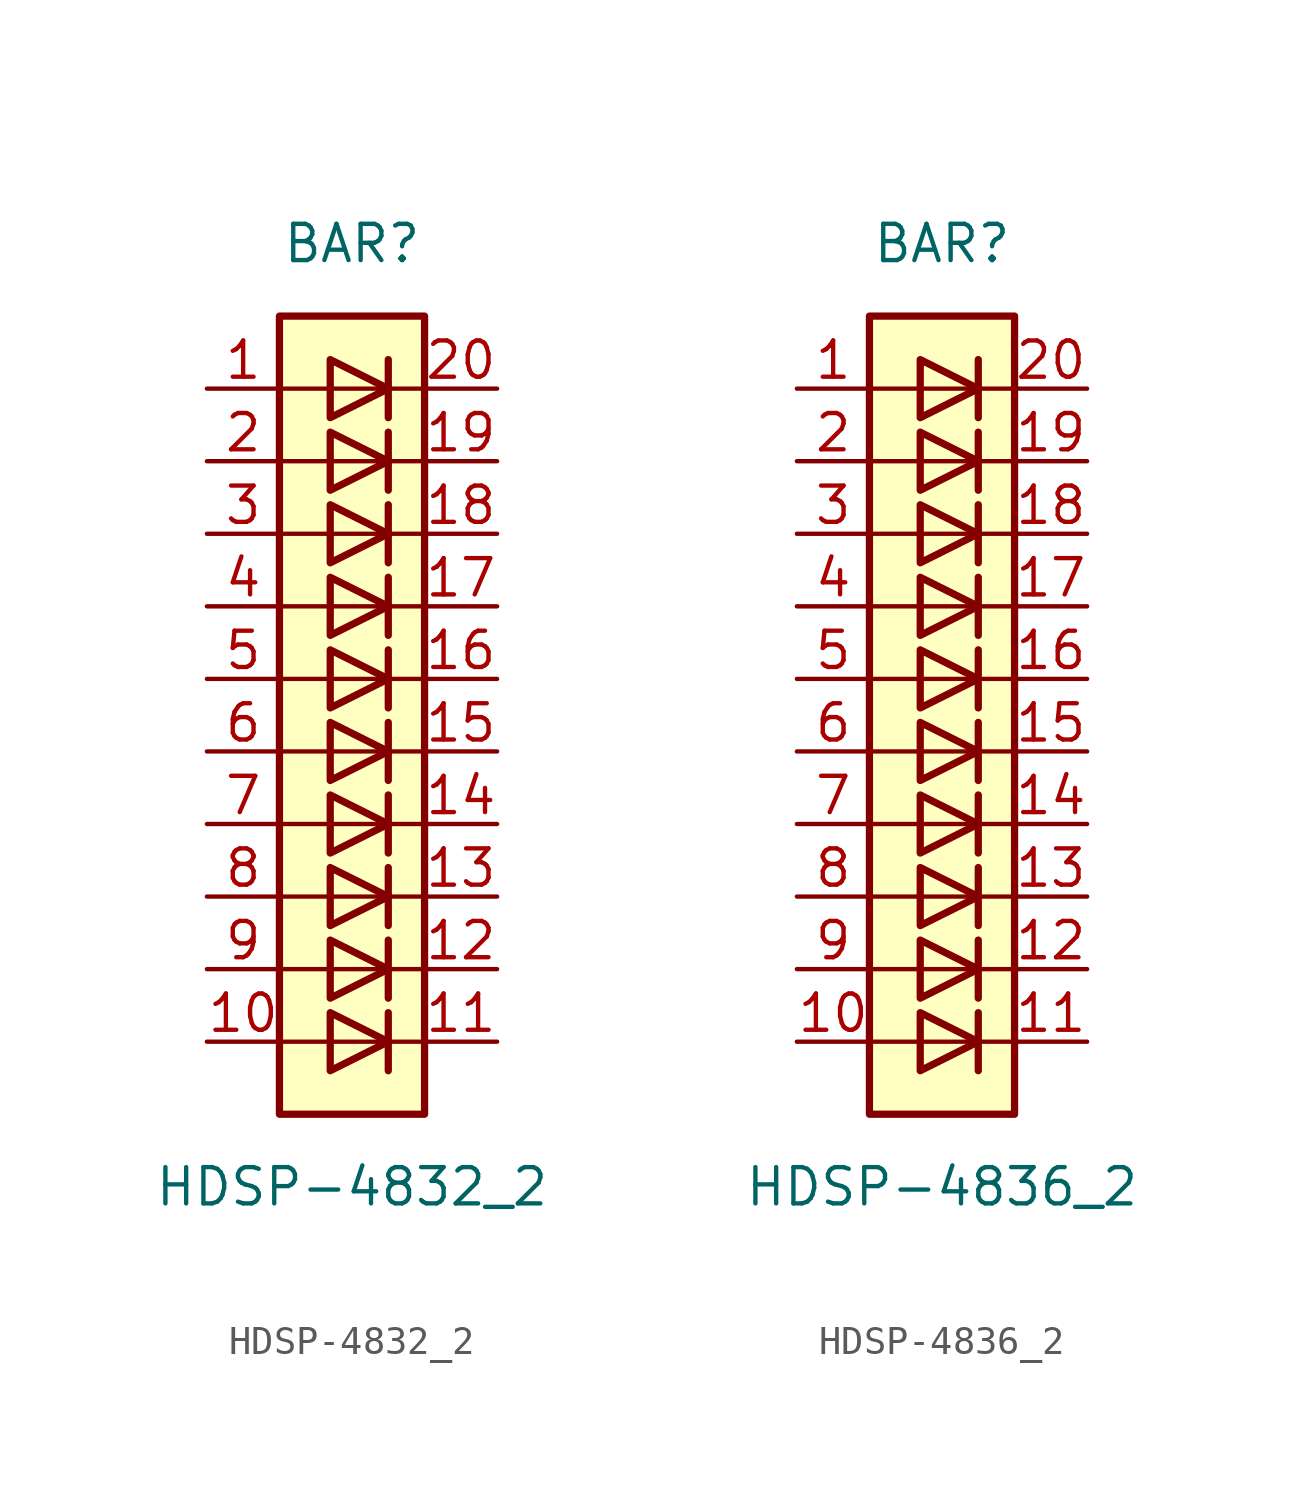
<source format=kicad_sym>
(kicad_symbol_lib
  (version 20201005)
  (generator kicad_symbol_editor)
  (symbol "HDSP-4832_2"
    (pin_names
      (offset 1.016) hide)
    (property "Reference" "BAR"
      (at 0 15.24 0)
      (effects (font (size 1.27 1.27))))
    (property "Value" "HDSP-4832_2"
      (at 0 -17.78 0)
      (effects (font (size 1.27 1.27))))
    (symbol "HDSP-4832_2_0_1"
      (rectangle (start -2.54 12.7) (end 2.54 -15.24) (stroke (width 0.254)) (fill (type background)))
      (polyline (pts (xy -2.54 -12.7) (xy 2.54 -12.7)) (stroke (width 0)) (fill (type none)))
      (polyline (pts (xy -2.54 -10.16) (xy 2.54 -10.16)) (stroke (width 0)) (fill (type none)))
      (polyline (pts (xy -2.54 -7.62) (xy 2.54 -7.62)) (stroke (width 0)) (fill (type none)))
      (polyline (pts (xy -2.54 -5.08) (xy 2.54 -5.08)) (stroke (width 0)) (fill (type none)))
      (polyline (pts (xy -2.54 0) (xy 2.54 0)) (stroke (width 0)) (fill (type none)))
      (polyline (pts (xy -2.54 5.08) (xy 2.54 5.08)) (stroke (width 0)) (fill (type none)))
      (polyline (pts (xy -2.54 7.62) (xy 2.54 7.62)) (stroke (width 0)) (fill (type none)))
      (polyline (pts (xy -2.54 10.16) (xy 2.54 10.16)) (stroke (width 0)) (fill (type none)))
      (polyline (pts (xy 1.27 -11.684) (xy 1.27 -13.716)) (stroke (width 0.254)) (fill (type none)))
      (polyline (pts (xy 1.27 -9.144) (xy 1.27 -11.176)) (stroke (width 0.254)) (fill (type none)))
      (polyline (pts (xy 1.27 -6.604) (xy 1.27 -8.636)) (stroke (width 0.254)) (fill (type none)))
      (polyline (pts (xy 1.27 -4.064) (xy 1.27 -6.096)) (stroke (width 0.254)) (fill (type none)))
      (polyline (pts (xy 1.27 -1.524) (xy 1.27 -3.556)) (stroke (width 0.254)) (fill (type none)))
      (polyline (pts (xy 1.27 1.016) (xy 1.27 -1.016)) (stroke (width 0.254)) (fill (type none)))
      (polyline (pts (xy 1.27 3.556) (xy 1.27 1.524)) (stroke (width 0.254)) (fill (type none)))
      (polyline (pts (xy 1.27 6.096) (xy 1.27 4.064)) (stroke (width 0.254)) (fill (type none)))
      (polyline (pts (xy 1.27 8.636) (xy 1.27 6.604)) (stroke (width 0.254)) (fill (type none)))
      (polyline (pts (xy 1.27 11.176) (xy 1.27 9.144)) (stroke (width 0.254)) (fill (type none)))
      (polyline (pts (xy 2.54 -2.54) (xy -2.54 -2.54)) (stroke (width 0)) (fill (type none)))
      (polyline (pts (xy 2.54 2.54) (xy -2.54 2.54)) (stroke (width 0)) (fill (type none)))
      (polyline (pts (xy -0.762 -11.684) (xy -0.762 -13.716) (xy 1.27 -12.7) (xy -0.762 -11.684)) (stroke (width 0.254)) (fill (type none)))
      (polyline (pts (xy -0.762 -9.144) (xy -0.762 -11.176) (xy 1.27 -10.16) (xy -0.762 -9.144)) (stroke (width 0.254)) (fill (type none)))
      (polyline (pts (xy -0.762 -6.604) (xy -0.762 -8.636) (xy 1.27 -7.62) (xy -0.762 -6.604)) (stroke (width 0.254)) (fill (type none)))
      (polyline (pts (xy -0.762 -4.064) (xy -0.762 -6.096) (xy 1.27 -5.08) (xy -0.762 -4.064)) (stroke (width 0.254)) (fill (type none)))
      (polyline (pts (xy -0.762 -1.524) (xy -0.762 -3.556) (xy 1.27 -2.54) (xy -0.762 -1.524)) (stroke (width 0.254)) (fill (type none)))
      (polyline (pts (xy -0.762 1.016) (xy -0.762 -1.016) (xy 1.27 0) (xy -0.762 1.016)) (stroke (width 0.254)) (fill (type none)))
      (polyline (pts (xy -0.762 3.556) (xy -0.762 1.524) (xy 1.27 2.54) (xy -0.762 3.556)) (stroke (width 0.254)) (fill (type none)))
      (polyline (pts (xy -0.762 6.096) (xy -0.762 4.064) (xy 1.27 5.08) (xy -0.762 6.096)) (stroke (width 0.254)) (fill (type none)))
      (polyline (pts (xy -0.762 8.636) (xy -0.762 6.604) (xy 1.27 7.62) (xy -0.762 8.636)) (stroke (width 0.254)) (fill (type none)))
      (polyline (pts (xy -0.762 11.176) (xy -0.762 9.144) (xy 1.27 10.16) (xy -0.762 11.176)) (stroke (width 0.254)) (fill (type none))))
    (symbol "HDSP-4832_2_1_1"
      (pin passive line (at -5.08 10.16 0) (length 2.54) (name "A" (effects (font (size 1.27 1.27)))) (number "1" (effects (font (size 1.27 1.27)))))
      (pin passive line (at -5.08 -12.7 0) (length 2.54) (name "A" (effects (font (size 1.27 1.27)))) (number "10" (effects (font (size 1.27 1.27)))))
      (pin passive line (at 5.08 -12.7 180) (length 2.54) (name "K" (effects (font (size 1.27 1.27)))) (number "11" (effects (font (size 1.27 1.27)))))
      (pin passive line (at 5.08 -10.16 180) (length 2.54) (name "K" (effects (font (size 1.27 1.27)))) (number "12" (effects (font (size 1.27 1.27)))))
      (pin passive line (at 5.08 -7.62 180) (length 2.54) (name "K" (effects (font (size 1.27 1.27)))) (number "13" (effects (font (size 1.27 1.27)))))
      (pin passive line (at 5.08 -5.08 180) (length 2.54) (name "K" (effects (font (size 1.27 1.27)))) (number "14" (effects (font (size 1.27 1.27)))))
      (pin passive line (at 5.08 -2.54 180) (length 2.54) (name "K" (effects (font (size 1.27 1.27)))) (number "15" (effects (font (size 1.27 1.27)))))
      (pin passive line (at 5.08 0 180) (length 2.54) (name "K" (effects (font (size 1.27 1.27)))) (number "16" (effects (font (size 1.27 1.27)))))
      (pin passive line (at 5.08 2.54 180) (length 2.54) (name "K" (effects (font (size 1.27 1.27)))) (number "17" (effects (font (size 1.27 1.27)))))
      (pin passive line (at 5.08 5.08 180) (length 2.54) (name "K" (effects (font (size 1.27 1.27)))) (number "18" (effects (font (size 1.27 1.27)))))
      (pin passive line (at 5.08 7.62 180) (length 2.54) (name "K" (effects (font (size 1.27 1.27)))) (number "19" (effects (font (size 1.27 1.27)))))
      (pin passive line (at -5.08 7.62 0) (length 2.54) (name "A" (effects (font (size 1.27 1.27)))) (number "2" (effects (font (size 1.27 1.27)))))
      (pin passive line (at 5.08 10.16 180) (length 2.54) (name "K" (effects (font (size 1.27 1.27)))) (number "20" (effects (font (size 1.27 1.27)))))
      (pin passive line (at -5.08 5.08 0) (length 2.54) (name "A" (effects (font (size 1.27 1.27)))) (number "3" (effects (font (size 1.27 1.27)))))
      (pin passive line (at -5.08 2.54 0) (length 2.54) (name "A" (effects (font (size 1.27 1.27)))) (number "4" (effects (font (size 1.27 1.27)))))
      (pin passive line (at -5.08 0 0) (length 2.54) (name "A" (effects (font (size 1.27 1.27)))) (number "5" (effects (font (size 1.27 1.27)))))
      (pin passive line (at -5.08 -2.54 0) (length 2.54) (name "A" (effects (font (size 1.27 1.27)))) (number "6" (effects (font (size 1.27 1.27)))))
      (pin passive line (at -5.08 -5.08 0) (length 2.54) (name "A" (effects (font (size 1.27 1.27)))) (number "7" (effects (font (size 1.27 1.27)))))
      (pin passive line (at -5.08 -7.62 0) (length 2.54) (name "A" (effects (font (size 1.27 1.27)))) (number "8" (effects (font (size 1.27 1.27)))))
      (pin passive line (at -5.08 -10.16 0) (length 2.54) (name "A" (effects (font (size 1.27 1.27)))) (number "9" (effects (font (size 1.27 1.27)))))))
  (symbol "HDSP-4836_2"
    (pin_names
      (offset 1.016) hide)
    (property "Reference" "BAR"
      (at 0 15.24 0)
      (effects (font (size 1.27 1.27))))
    (property "Value" "HDSP-4836_2"
      (at 0 -17.78 0)
      (effects (font (size 1.27 1.27))))
    (symbol "HDSP-4836_2_0_1"
      (rectangle (start -2.54 12.7) (end 2.54 -15.24) (stroke (width 0.254)) (fill (type background)))
      (polyline (pts (xy -2.54 -12.7) (xy 2.54 -12.7)) (stroke (width 0)) (fill (type none)))
      (polyline (pts (xy -2.54 -10.16) (xy 2.54 -10.16)) (stroke (width 0)) (fill (type none)))
      (polyline (pts (xy -2.54 -7.62) (xy 2.54 -7.62)) (stroke (width 0)) (fill (type none)))
      (polyline (pts (xy -2.54 -5.08) (xy 2.54 -5.08)) (stroke (width 0)) (fill (type none)))
      (polyline (pts (xy -2.54 0) (xy 2.54 0)) (stroke (width 0)) (fill (type none)))
      (polyline (pts (xy -2.54 5.08) (xy 2.54 5.08)) (stroke (width 0)) (fill (type none)))
      (polyline (pts (xy -2.54 7.62) (xy 2.54 7.62)) (stroke (width 0)) (fill (type none)))
      (polyline (pts (xy -2.54 10.16) (xy 2.54 10.16)) (stroke (width 0)) (fill (type none)))
      (polyline (pts (xy 1.27 -11.684) (xy 1.27 -13.716)) (stroke (width 0.254)) (fill (type none)))
      (polyline (pts (xy 1.27 -9.144) (xy 1.27 -11.176)) (stroke (width 0.254)) (fill (type none)))
      (polyline (pts (xy 1.27 -6.604) (xy 1.27 -8.636)) (stroke (width 0.254)) (fill (type none)))
      (polyline (pts (xy 1.27 -4.064) (xy 1.27 -6.096)) (stroke (width 0.254)) (fill (type none)))
      (polyline (pts (xy 1.27 -1.524) (xy 1.27 -3.556)) (stroke (width 0.254)) (fill (type none)))
      (polyline (pts (xy 1.27 1.016) (xy 1.27 -1.016)) (stroke (width 0.254)) (fill (type none)))
      (polyline (pts (xy 1.27 3.556) (xy 1.27 1.524)) (stroke (width 0.254)) (fill (type none)))
      (polyline (pts (xy 1.27 6.096) (xy 1.27 4.064)) (stroke (width 0.254)) (fill (type none)))
      (polyline (pts (xy 1.27 8.636) (xy 1.27 6.604)) (stroke (width 0.254)) (fill (type none)))
      (polyline (pts (xy 1.27 11.176) (xy 1.27 9.144)) (stroke (width 0.254)) (fill (type none)))
      (polyline (pts (xy 2.54 -2.54) (xy -2.54 -2.54)) (stroke (width 0)) (fill (type none)))
      (polyline (pts (xy 2.54 2.54) (xy -2.54 2.54)) (stroke (width 0)) (fill (type none)))
      (polyline (pts (xy -0.762 -11.684) (xy -0.762 -13.716) (xy 1.27 -12.7) (xy -0.762 -11.684)) (stroke (width 0.254)) (fill (type none)))
      (polyline (pts (xy -0.762 -9.144) (xy -0.762 -11.176) (xy 1.27 -10.16) (xy -0.762 -9.144)) (stroke (width 0.254)) (fill (type none)))
      (polyline (pts (xy -0.762 -6.604) (xy -0.762 -8.636) (xy 1.27 -7.62) (xy -0.762 -6.604)) (stroke (width 0.254)) (fill (type none)))
      (polyline (pts (xy -0.762 -4.064) (xy -0.762 -6.096) (xy 1.27 -5.08) (xy -0.762 -4.064)) (stroke (width 0.254)) (fill (type none)))
      (polyline (pts (xy -0.762 -1.524) (xy -0.762 -3.556) (xy 1.27 -2.54) (xy -0.762 -1.524)) (stroke (width 0.254)) (fill (type none)))
      (polyline (pts (xy -0.762 1.016) (xy -0.762 -1.016) (xy 1.27 0) (xy -0.762 1.016)) (stroke (width 0.254)) (fill (type none)))
      (polyline (pts (xy -0.762 3.556) (xy -0.762 1.524) (xy 1.27 2.54) (xy -0.762 3.556)) (stroke (width 0.254)) (fill (type none)))
      (polyline (pts (xy -0.762 6.096) (xy -0.762 4.064) (xy 1.27 5.08) (xy -0.762 6.096)) (stroke (width 0.254)) (fill (type none)))
      (polyline (pts (xy -0.762 8.636) (xy -0.762 6.604) (xy 1.27 7.62) (xy -0.762 8.636)) (stroke (width 0.254)) (fill (type none)))
      (polyline (pts (xy -0.762 11.176) (xy -0.762 9.144) (xy 1.27 10.16) (xy -0.762 11.176)) (stroke (width 0.254)) (fill (type none))))
    (symbol "HDSP-4836_2_1_1"
      (pin passive line (at -5.08 10.16 0) (length 2.54) (name "A" (effects (font (size 1.27 1.27)))) (number "1" (effects (font (size 1.27 1.27)))))
      (pin passive line (at -5.08 -12.7 0) (length 2.54) (name "A" (effects (font (size 1.27 1.27)))) (number "10" (effects (font (size 1.27 1.27)))))
      (pin passive line (at 5.08 -12.7 180) (length 2.54) (name "K" (effects (font (size 1.27 1.27)))) (number "11" (effects (font (size 1.27 1.27)))))
      (pin passive line (at 5.08 -10.16 180) (length 2.54) (name "K" (effects (font (size 1.27 1.27)))) (number "12" (effects (font (size 1.27 1.27)))))
      (pin passive line (at 5.08 -7.62 180) (length 2.54) (name "K" (effects (font (size 1.27 1.27)))) (number "13" (effects (font (size 1.27 1.27)))))
      (pin passive line (at 5.08 -5.08 180) (length 2.54) (name "K" (effects (font (size 1.27 1.27)))) (number "14" (effects (font (size 1.27 1.27)))))
      (pin passive line (at 5.08 -2.54 180) (length 2.54) (name "K" (effects (font (size 1.27 1.27)))) (number "15" (effects (font (size 1.27 1.27)))))
      (pin passive line (at 5.08 0 180) (length 2.54) (name "K" (effects (font (size 1.27 1.27)))) (number "16" (effects (font (size 1.27 1.27)))))
      (pin passive line (at 5.08 2.54 180) (length 2.54) (name "K" (effects (font (size 1.27 1.27)))) (number "17" (effects (font (size 1.27 1.27)))))
      (pin passive line (at 5.08 5.08 180) (length 2.54) (name "K" (effects (font (size 1.27 1.27)))) (number "18" (effects (font (size 1.27 1.27)))))
      (pin passive line (at 5.08 7.62 180) (length 2.54) (name "K" (effects (font (size 1.27 1.27)))) (number "19" (effects (font (size 1.27 1.27)))))
      (pin passive line (at -5.08 7.62 0) (length 2.54) (name "A" (effects (font (size 1.27 1.27)))) (number "2" (effects (font (size 1.27 1.27)))))
      (pin passive line (at 5.08 10.16 180) (length 2.54) (name "K" (effects (font (size 1.27 1.27)))) (number "20" (effects (font (size 1.27 1.27)))))
      (pin passive line (at -5.08 5.08 0) (length 2.54) (name "A" (effects (font (size 1.27 1.27)))) (number "3" (effects (font (size 1.27 1.27)))))
      (pin passive line (at -5.08 2.54 0) (length 2.54) (name "A" (effects (font (size 1.27 1.27)))) (number "4" (effects (font (size 1.27 1.27)))))
      (pin passive line (at -5.08 0 0) (length 2.54) (name "A" (effects (font (size 1.27 1.27)))) (number "5" (effects (font (size 1.27 1.27)))))
      (pin passive line (at -5.08 -2.54 0) (length 2.54) (name "A" (effects (font (size 1.27 1.27)))) (number "6" (effects (font (size 1.27 1.27)))))
      (pin passive line (at -5.08 -5.08 0) (length 2.54) (name "A" (effects (font (size 1.27 1.27)))) (number "7" (effects (font (size 1.27 1.27)))))
      (pin passive line (at -5.08 -7.62 0) (length 2.54) (name "A" (effects (font (size 1.27 1.27)))) (number "8" (effects (font (size 1.27 1.27)))))
      (pin passive line (at -5.08 -10.16 0) (length 2.54) (name "A" (effects (font (size 1.27 1.27)))) (number "9" (effects (font (size 1.27 1.27))))))))
</source>
